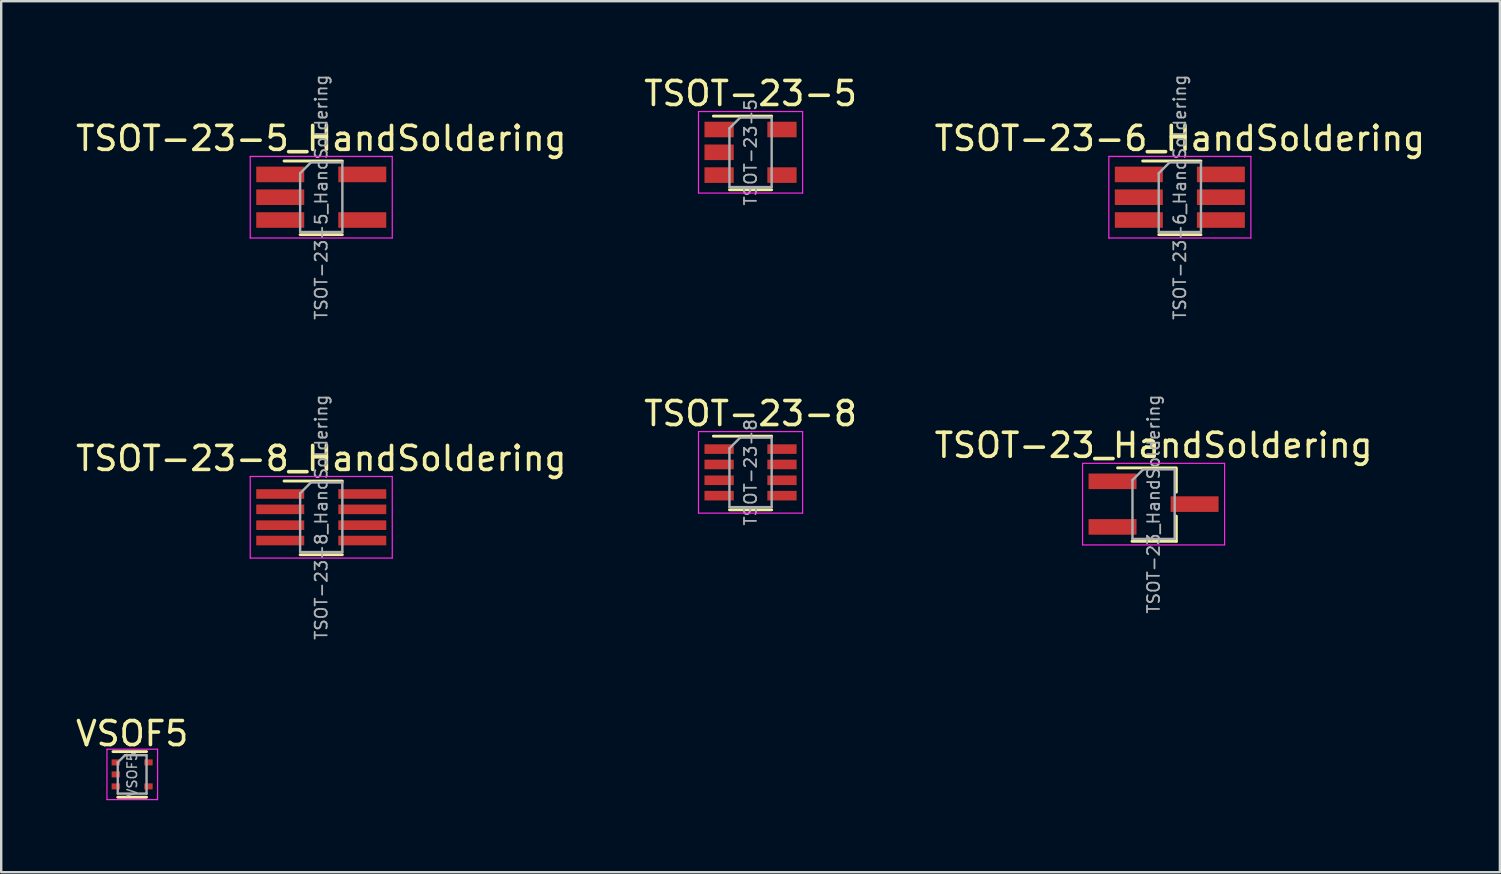
<source format=kicad_pcb>
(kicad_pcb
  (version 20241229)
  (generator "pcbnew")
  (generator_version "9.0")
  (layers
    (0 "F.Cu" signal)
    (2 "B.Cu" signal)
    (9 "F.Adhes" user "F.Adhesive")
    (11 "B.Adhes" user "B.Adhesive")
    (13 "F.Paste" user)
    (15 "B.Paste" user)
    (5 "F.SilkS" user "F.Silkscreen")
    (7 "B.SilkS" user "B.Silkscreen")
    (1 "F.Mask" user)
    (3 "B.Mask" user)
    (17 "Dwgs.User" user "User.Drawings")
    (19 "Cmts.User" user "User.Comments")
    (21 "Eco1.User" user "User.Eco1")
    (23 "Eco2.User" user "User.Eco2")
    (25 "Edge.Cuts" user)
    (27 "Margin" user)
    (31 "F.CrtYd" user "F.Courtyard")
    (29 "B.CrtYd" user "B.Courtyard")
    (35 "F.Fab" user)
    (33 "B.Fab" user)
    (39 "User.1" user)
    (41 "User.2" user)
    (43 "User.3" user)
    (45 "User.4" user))
  (footprint "TSOT-23-8"
    (layer "F.Cu")
    (at 28.232 16.638)
    (property "Reference" "TSOT-23-8" (at 0 -2.45 0) (layer "F.SilkS") (effects (font (size 1 1) (thickness 0.15))))
    (attr smd)
    (fp_line (start -0.88 1.56) (end 0.88 1.56) (stroke (width 0.12) (type solid)) (layer "F.SilkS"))
    (fp_line (start 0.88 -1.51) (end -1.55 -1.51) (stroke (width 0.12) (type solid)) (layer "F.SilkS"))
    (fp_line (start -2.17 -1.7) (end -2.17 1.7) (stroke (width 0.05) (type solid)) (layer "F.CrtYd"))
    (fp_line (start -2.17 -1.7) (end 2.17 -1.7) (stroke (width 0.05) (type solid)) (layer "F.CrtYd"))
    (fp_line (start 2.17 1.7) (end -2.17 1.7) (stroke (width 0.05) (type solid)) (layer "F.CrtYd"))
    (fp_line (start 2.17 1.7) (end 2.17 -1.7) (stroke (width 0.05) (type solid)) (layer "F.CrtYd"))
    (fp_line (start -0.88 -1) (end -0.88 1.45) (stroke (width 0.1) (type solid)) (layer "F.Fab"))
    (fp_line (start -0.88 -1) (end -0.43 -1.45) (stroke (width 0.1) (type solid)) (layer "F.Fab"))
    (fp_line (start 0.88 -1.45) (end -0.43 -1.45) (stroke (width 0.1) (type solid)) (layer "F.Fab"))
    (fp_line (start 0.88 -1.45) (end 0.88 1.45) (stroke (width 0.1) (type solid)) (layer "F.Fab"))
    (fp_line (start 0.88 1.45) (end -0.88 1.45) (stroke (width 0.1) (type solid)) (layer "F.Fab"))
    (fp_text user "${REFERENCE}" (at 0 0 90) (layer "F.Fab") (effects (font (size 0.5 0.5) (thickness 0.075))))
    (pad "1" smd rect (at -1.31 -0.97) (size 1.22 0.4) (layers "F.Cu" "F.Mask" "F.Paste"))
    (pad "2" smd rect (at -1.31 -0.33) (size 1.22 0.4) (layers "F.Cu" "F.Mask" "F.Paste"))
    (pad "3" smd rect (at -1.31 0.33) (size 1.22 0.4) (layers "F.Cu" "F.Mask" "F.Paste"))
    (pad "4" smd rect (at -1.31 0.97) (size 1.22 0.4) (layers "F.Cu" "F.Mask" "F.Paste"))
    (pad "5" smd rect (at 1.31 0.97) (size 1.22 0.4) (layers "F.Cu" "F.Mask" "F.Paste"))
    (pad "6" smd rect (at 1.31 0.33) (size 1.22 0.4) (layers "F.Cu" "F.Mask" "F.Paste"))
    (pad "7" smd rect (at 1.31 -0.33) (size 1.22 0.4) (layers "F.Cu" "F.Mask" "F.Paste"))
    (pad "8" smd rect (at 1.31 -0.97) (size 1.22 0.4) (layers "F.Cu" "F.Mask" "F.Paste")))
  (footprint "TSOT-23_HandSoldering"
    (layer "F.Cu")
    (at 45.03 17.961)
    (property "Reference" "TSOT-23_HandSoldering" (at 0 -2.45 0) (layer "F.SilkS") (effects (font (size 1 1) (thickness 0.15))))
    (attr smd)
    (fp_line (start 0.93 -1.51) (end -1.5 -1.51) (stroke (width 0.12) (type solid)) (layer "F.SilkS"))
    (fp_line (start 0.95 -1.5) (end 0.95 -0.5) (stroke (width 0.12) (type solid)) (layer "F.SilkS"))
    (fp_line (start 0.95 0.5) (end 0.95 1.55) (stroke (width 0.12) (type solid)) (layer "F.SilkS"))
    (fp_line (start 0.95 1.55) (end -0.9 1.55) (stroke (width 0.12) (type solid)) (layer "F.SilkS"))
    (fp_line (start -2.96 -1.7) (end -2.96 1.7) (stroke (width 0.05) (type solid)) (layer "F.CrtYd"))
    (fp_line (start -2.96 -1.7) (end 2.96 -1.7) (stroke (width 0.05) (type solid)) (layer "F.CrtYd"))
    (fp_line (start 2.96 1.7) (end -2.96 1.7) (stroke (width 0.05) (type solid)) (layer "F.CrtYd"))
    (fp_line (start 2.96 1.7) (end 2.96 -1.7) (stroke (width 0.05) (type solid)) (layer "F.CrtYd"))
    (fp_line (start -0.88 -1) (end -0.88 1.45) (stroke (width 0.1) (type solid)) (layer "F.Fab"))
    (fp_line (start -0.88 -1) (end -0.43 -1.45) (stroke (width 0.1) (type solid)) (layer "F.Fab"))
    (fp_line (start 0.88 -1.45) (end -0.43 -1.45) (stroke (width 0.1) (type solid)) (layer "F.Fab"))
    (fp_line (start 0.88 -1.45) (end 0.88 1.45) (stroke (width 0.1) (type solid)) (layer "F.Fab"))
    (fp_line (start 0.88 1.45) (end -0.88 1.45) (stroke (width 0.1) (type solid)) (layer "F.Fab"))
    (fp_text user "${REFERENCE}" (at 0 0 90) (layer "F.Fab") (effects (font (size 0.5 0.5) (thickness 0.075))))
    (pad "1" smd rect (at -1.71 -0.95) (size 2 0.65) (layers "F.Cu" "F.Mask" "F.Paste"))
    (pad "2" smd rect (at -1.71 0.95) (size 2 0.65) (layers "F.Cu" "F.Mask" "F.Paste"))
    (pad "3" smd rect (at 1.71 0) (size 2 0.65) (layers "F.Cu" "F.Mask" "F.Paste")))
  (footprint "TSOT-23-8_HandSoldering"
    (layer "F.Cu")
    (at 10.339 18.509)
    (property "Reference" "TSOT-23-8_HandSoldering" (at 0 -2.45 0) (layer "F.SilkS") (effects (font (size 1 1) (thickness 0.15))))
    (attr smd)
    (fp_line (start -0.88 1.56) (end 0.88 1.56) (stroke (width 0.12) (type solid)) (layer "F.SilkS"))
    (fp_line (start 0.88 -1.51) (end -1.55 -1.51) (stroke (width 0.12) (type solid)) (layer "F.SilkS"))
    (fp_line (start -2.96 -1.7) (end -2.96 1.7) (stroke (width 0.05) (type solid)) (layer "F.CrtYd"))
    (fp_line (start -2.96 -1.7) (end 2.96 -1.7) (stroke (width 0.05) (type solid)) (layer "F.CrtYd"))
    (fp_line (start 2.96 1.7) (end -2.96 1.7) (stroke (width 0.05) (type solid)) (layer "F.CrtYd"))
    (fp_line (start 2.96 1.7) (end 2.96 -1.7) (stroke (width 0.05) (type solid)) (layer "F.CrtYd"))
    (fp_line (start -0.88 -1) (end -0.88 1.45) (stroke (width 0.1) (type solid)) (layer "F.Fab"))
    (fp_line (start -0.88 -1) (end -0.43 -1.45) (stroke (width 0.1) (type solid)) (layer "F.Fab"))
    (fp_line (start 0.88 -1.45) (end -0.43 -1.45) (stroke (width 0.1) (type solid)) (layer "F.Fab"))
    (fp_line (start 0.88 -1.45) (end 0.88 1.45) (stroke (width 0.1) (type solid)) (layer "F.Fab"))
    (fp_line (start 0.88 1.45) (end -0.88 1.45) (stroke (width 0.1) (type solid)) (layer "F.Fab"))
    (fp_text user "${REFERENCE}" (at 0 0 90) (layer "F.Fab") (effects (font (size 0.5 0.5) (thickness 0.075))))
    (pad "1" smd rect (at -1.71 -0.97) (size 2 0.4) (layers "F.Cu" "F.Mask" "F.Paste"))
    (pad "2" smd rect (at -1.71 -0.33) (size 2 0.4) (layers "F.Cu" "F.Mask" "F.Paste"))
    (pad "3" smd rect (at -1.71 0.33) (size 2 0.4) (layers "F.Cu" "F.Mask" "F.Paste"))
    (pad "4" smd rect (at -1.71 0.97) (size 2 0.4) (layers "F.Cu" "F.Mask" "F.Paste"))
    (pad "5" smd rect (at 1.71 0.97) (size 2 0.4) (layers "F.Cu" "F.Mask" "F.Paste"))
    (pad "6" smd rect (at 1.71 0.33) (size 2 0.4) (layers "F.Cu" "F.Mask" "F.Paste"))
    (pad "7" smd rect (at 1.71 -0.33) (size 2 0.4) (layers "F.Cu" "F.Mask" "F.Paste"))
    (pad "8" smd rect (at 1.71 -0.97) (size 2 0.4) (layers "F.Cu" "F.Mask" "F.Paste")))
  (footprint "TSOT-23-5"
    (layer "F.Cu")
    (at 28.232 3.298)
    (property "Reference" "TSOT-23-5" (at 0 -2.45 0) (layer "F.SilkS") (effects (font (size 1 1) (thickness 0.15))))
    (attr smd)
    (fp_line (start -0.88 1.56) (end 0.88 1.56) (stroke (width 0.12) (type solid)) (layer "F.SilkS"))
    (fp_line (start 0.88 -1.51) (end -1.55 -1.51) (stroke (width 0.12) (type solid)) (layer "F.SilkS"))
    (fp_line (start -2.17 -1.7) (end -2.17 1.7) (stroke (width 0.05) (type solid)) (layer "F.CrtYd"))
    (fp_line (start -2.17 -1.7) (end 2.17 -1.7) (stroke (width 0.05) (type solid)) (layer "F.CrtYd"))
    (fp_line (start 2.17 1.7) (end -2.17 1.7) (stroke (width 0.05) (type solid)) (layer "F.CrtYd"))
    (fp_line (start 2.17 1.7) (end 2.17 -1.7) (stroke (width 0.05) (type solid)) (layer "F.CrtYd"))
    (fp_line (start -0.88 -1) (end -0.88 1.45) (stroke (width 0.1) (type solid)) (layer "F.Fab"))
    (fp_line (start -0.88 -1) (end -0.43 -1.45) (stroke (width 0.1) (type solid)) (layer "F.Fab"))
    (fp_line (start 0.88 -1.45) (end -0.43 -1.45) (stroke (width 0.1) (type solid)) (layer "F.Fab"))
    (fp_line (start 0.88 -1.45) (end 0.88 1.45) (stroke (width 0.1) (type solid)) (layer "F.Fab"))
    (fp_line (start 0.88 1.45) (end -0.88 1.45) (stroke (width 0.1) (type solid)) (layer "F.Fab"))
    (fp_text user "${REFERENCE}" (at 0 0 90) (layer "F.Fab") (effects (font (size 0.5 0.5) (thickness 0.075))))
    (pad "1" smd rect (at -1.31 -0.95) (size 1.22 0.65) (layers "F.Cu" "F.Mask" "F.Paste"))
    (pad "2" smd rect (at -1.31 0) (size 1.22 0.65) (layers "F.Cu" "F.Mask" "F.Paste"))
    (pad "3" smd rect (at -1.31 0.95) (size 1.22 0.65) (layers "F.Cu" "F.Mask" "F.Paste"))
    (pad "4" smd rect (at 1.31 0.95) (size 1.22 0.65) (layers "F.Cu" "F.Mask" "F.Paste"))
    (pad "5" smd rect (at 1.31 -0.95) (size 1.22 0.65) (layers "F.Cu" "F.Mask" "F.Paste")))
  (footprint "TSOT-23-5_HandSoldering"
    (layer "F.Cu")
    (at 10.339 5.17)
    (property "Reference" "TSOT-23-5_HandSoldering" (at 0 -2.45 0) (layer "F.SilkS") (effects (font (size 1 1) (thickness 0.15))))
    (attr smd)
    (fp_line (start -0.88 1.56) (end 0.88 1.56) (stroke (width 0.12) (type solid)) (layer "F.SilkS"))
    (fp_line (start 0.88 -1.51) (end -1.55 -1.51) (stroke (width 0.12) (type solid)) (layer "F.SilkS"))
    (fp_line (start -2.96 -1.7) (end -2.96 1.7) (stroke (width 0.05) (type solid)) (layer "F.CrtYd"))
    (fp_line (start -2.96 -1.7) (end 2.96 -1.7) (stroke (width 0.05) (type solid)) (layer "F.CrtYd"))
    (fp_line (start 2.96 1.7) (end -2.96 1.7) (stroke (width 0.05) (type solid)) (layer "F.CrtYd"))
    (fp_line (start 2.96 1.7) (end 2.96 -1.7) (stroke (width 0.05) (type solid)) (layer "F.CrtYd"))
    (fp_line (start -0.88 -1) (end -0.88 1.45) (stroke (width 0.1) (type solid)) (layer "F.Fab"))
    (fp_line (start -0.88 -1) (end -0.43 -1.45) (stroke (width 0.1) (type solid)) (layer "F.Fab"))
    (fp_line (start 0.88 -1.45) (end -0.43 -1.45) (stroke (width 0.1) (type solid)) (layer "F.Fab"))
    (fp_line (start 0.88 -1.45) (end 0.88 1.45) (stroke (width 0.1) (type solid)) (layer "F.Fab"))
    (fp_line (start 0.88 1.45) (end -0.88 1.45) (stroke (width 0.1) (type solid)) (layer "F.Fab"))
    (fp_text user "${REFERENCE}" (at 0 0 90) (layer "F.Fab") (effects (font (size 0.5 0.5) (thickness 0.075))))
    (pad "1" smd rect (at -1.71 -0.95) (size 2 0.65) (layers "F.Cu" "F.Mask" "F.Paste"))
    (pad "2" smd rect (at -1.71 0) (size 2 0.65) (layers "F.Cu" "F.Mask" "F.Paste"))
    (pad "3" smd rect (at -1.71 0.95) (size 2 0.65) (layers "F.Cu" "F.Mask" "F.Paste"))
    (pad "4" smd rect (at 1.71 0.95) (size 2 0.65) (layers "F.Cu" "F.Mask" "F.Paste"))
    (pad "5" smd rect (at 1.71 -0.95) (size 2 0.65) (layers "F.Cu" "F.Mask" "F.Paste")))
  (footprint "VSOF5"
    (layer "F.Cu")
    (at 2.458 29.227)
    (property "Reference" "VSOF5" (at 0 -1.7 0) (layer "F.SilkS") (effects (font (size 1 1) (thickness 0.15))))
    (attr smd)
    (fp_line (start -0.8 -0.95) (end 0.6 -0.95) (stroke (width 0.12) (type solid)) (layer "F.SilkS"))
    (fp_line (start -0.6 0.95) (end 0.6 0.95) (stroke (width 0.12) (type solid)) (layer "F.SilkS"))
    (fp_line (start -1.05 -1.05) (end -1.05 1.05) (stroke (width 0.05) (type solid)) (layer "F.CrtYd"))
    (fp_line (start -1.05 -1.05) (end 1.06 -1.05) (stroke (width 0.05) (type solid)) (layer "F.CrtYd"))
    (fp_line (start 1.06 1.05) (end -1.05 1.05) (stroke (width 0.05) (type solid)) (layer "F.CrtYd"))
    (fp_line (start 1.06 1.05) (end 1.06 -1.05) (stroke (width 0.05) (type solid)) (layer "F.CrtYd"))
    (fp_line (start -0.6 -0.5) (end -0.3 -0.8) (stroke (width 0.1) (type solid)) (layer "F.Fab"))
    (fp_line (start -0.6 0.8) (end -0.6 -0.5) (stroke (width 0.1) (type solid)) (layer "F.Fab"))
    (fp_line (start -0.3 -0.8) (end 0.6 -0.8) (stroke (width 0.1) (type solid)) (layer "F.Fab"))
    (fp_line (start 0.6 -0.8) (end 0.6 0.8) (stroke (width 0.1) (type solid)) (layer "F.Fab"))
    (fp_line (start 0.6 0.8) (end -0.6 0.8) (stroke (width 0.1) (type solid)) (layer "F.Fab"))
    (fp_text user "${REFERENCE}" (at 0 0 90) (layer "F.Fab") (effects (font (size 0.4 0.4) (thickness 0.062))))
    (pad "1" smd rect (at -0.68 -0.5 270) (size 0.25 0.35) (layers "F.Cu" "F.Mask" "F.Paste"))
    (pad "2" smd rect (at -0.68 0 270) (size 0.25 0.35) (layers "F.Cu" "F.Mask" "F.Paste"))
    (pad "3" smd rect (at -0.68 0.5 270) (size 0.25 0.35) (layers "F.Cu" "F.Mask" "F.Paste"))
    (pad "4" smd rect (at 0.68 0.5 270) (size 0.25 0.35) (layers "F.Cu" "F.Mask" "F.Paste"))
    (pad "5" smd rect (at 0.68 -0.5 270) (size 0.25 0.35) (layers "F.Cu" "F.Mask" "F.Paste")))
  (footprint "TSOT-23-6_HandSoldering"
    (layer "F.Cu")
    (at 46.125 5.17)
    (property "Reference" "TSOT-23-6_HandSoldering" (at 0 -2.45 0) (layer "F.SilkS") (effects (font (size 1 1) (thickness 0.15))))
    (attr smd)
    (fp_line (start -0.88 1.56) (end 0.88 1.56) (stroke (width 0.12) (type solid)) (layer "F.SilkS"))
    (fp_line (start 0.88 -1.51) (end -1.55 -1.51) (stroke (width 0.12) (type solid)) (layer "F.SilkS"))
    (fp_line (start -2.96 -1.7) (end -2.96 1.7) (stroke (width 0.05) (type solid)) (layer "F.CrtYd"))
    (fp_line (start -2.96 -1.7) (end 2.96 -1.7) (stroke (width 0.05) (type solid)) (layer "F.CrtYd"))
    (fp_line (start 2.96 1.7) (end -2.96 1.7) (stroke (width 0.05) (type solid)) (layer "F.CrtYd"))
    (fp_line (start 2.96 1.7) (end 2.96 -1.7) (stroke (width 0.05) (type solid)) (layer "F.CrtYd"))
    (fp_line (start -0.88 -1) (end -0.88 1.45) (stroke (width 0.1) (type solid)) (layer "F.Fab"))
    (fp_line (start -0.88 -1) (end -0.43 -1.45) (stroke (width 0.1) (type solid)) (layer "F.Fab"))
    (fp_line (start 0.88 -1.45) (end -0.43 -1.45) (stroke (width 0.1) (type solid)) (layer "F.Fab"))
    (fp_line (start 0.88 -1.45) (end 0.88 1.45) (stroke (width 0.1) (type solid)) (layer "F.Fab"))
    (fp_line (start 0.88 1.45) (end -0.88 1.45) (stroke (width 0.1) (type solid)) (layer "F.Fab"))
    (fp_text user "${REFERENCE}" (at 0 0 90) (layer "F.Fab") (effects (font (size 0.5 0.5) (thickness 0.075))))
    (pad "1" smd rect (at -1.71 -0.95) (size 2 0.65) (layers "F.Cu" "F.Mask" "F.Paste"))
    (pad "2" smd rect (at -1.71 0) (size 2 0.65) (layers "F.Cu" "F.Mask" "F.Paste"))
    (pad "3" smd rect (at -1.71 0.95) (size 2 0.65) (layers "F.Cu" "F.Mask" "F.Paste"))
    (pad "4" smd rect (at 1.71 0.95) (size 2 0.65) (layers "F.Cu" "F.Mask" "F.Paste"))
    (pad "5" smd rect (at 1.71 0) (size 2 0.65) (layers "F.Cu" "F.Mask" "F.Paste"))
    (pad "6" smd rect (at 1.71 -0.95) (size 2 0.65) (layers "F.Cu" "F.Mask" "F.Paste")))
  (gr_rect
    (start -3 -3)
    (end 59.464 33.302)
    (stroke (width 0.1) (type default))
    (fill no)
    (layer "Edge.Cuts")))
</source>
